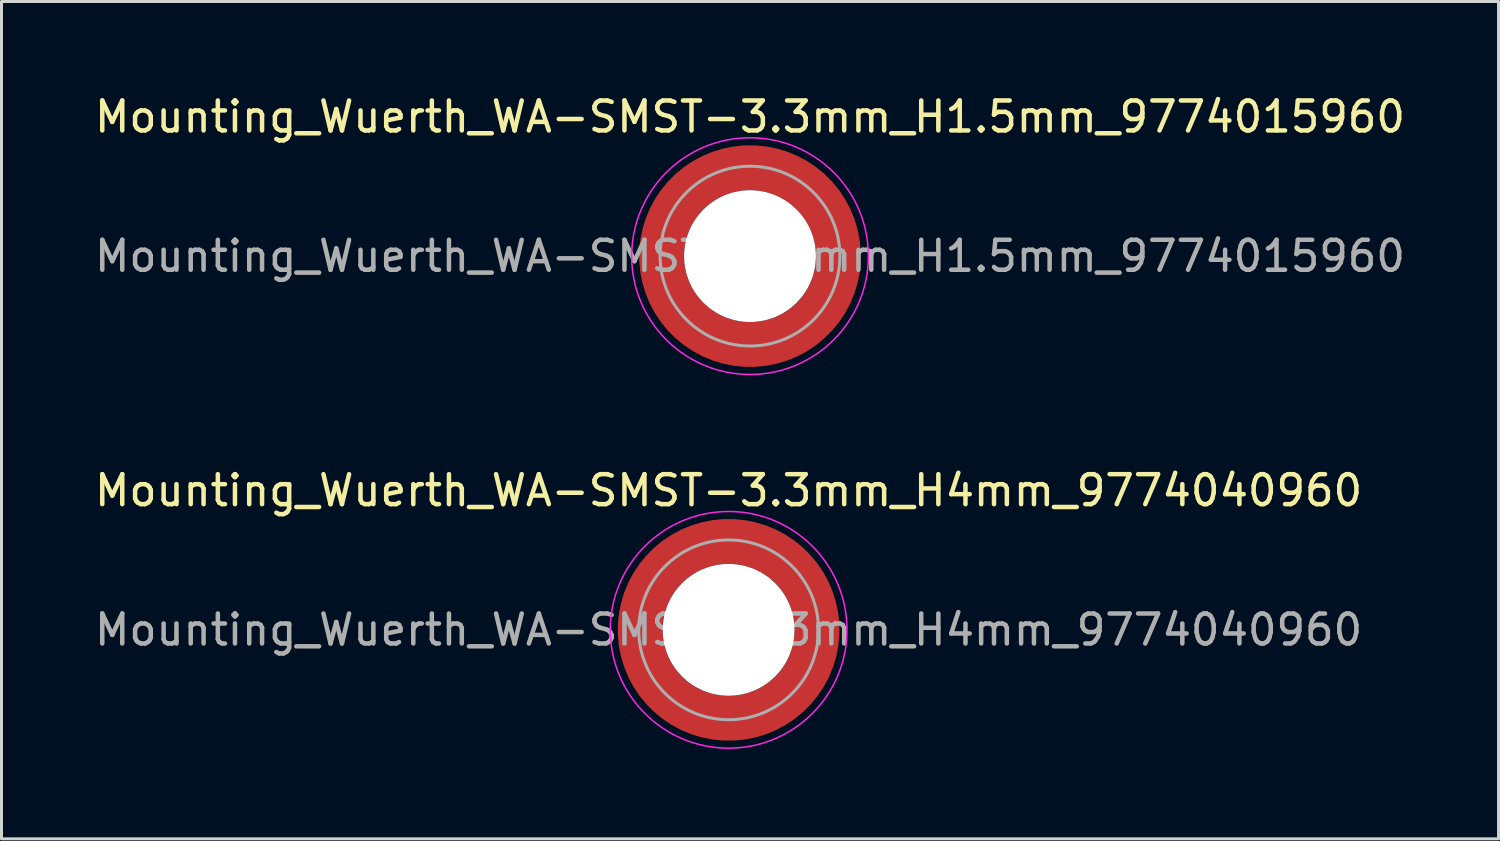
<source format=kicad_pcb>
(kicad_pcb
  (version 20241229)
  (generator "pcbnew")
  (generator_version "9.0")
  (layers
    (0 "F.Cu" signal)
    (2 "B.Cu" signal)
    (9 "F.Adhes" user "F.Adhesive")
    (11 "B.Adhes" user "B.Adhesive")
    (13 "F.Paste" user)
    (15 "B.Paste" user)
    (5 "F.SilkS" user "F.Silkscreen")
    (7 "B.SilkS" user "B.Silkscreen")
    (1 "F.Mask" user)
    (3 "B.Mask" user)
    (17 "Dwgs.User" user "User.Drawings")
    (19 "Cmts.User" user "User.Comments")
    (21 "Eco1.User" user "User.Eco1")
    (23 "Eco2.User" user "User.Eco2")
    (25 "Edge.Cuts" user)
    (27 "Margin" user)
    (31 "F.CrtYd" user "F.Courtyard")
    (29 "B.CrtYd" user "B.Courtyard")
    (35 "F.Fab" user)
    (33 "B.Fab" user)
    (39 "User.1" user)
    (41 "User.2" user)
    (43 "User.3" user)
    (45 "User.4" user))
  (footprint "Mounting_Wuerth_WA-SMST-3.3mm_H4mm_9774040960"
    (layer "F.Cu")
    (at 21.268 17.971)
    (property "Reference" "Mounting_Wuerth_WA-SMST-3.3mm_H4mm_9774040960" (at 0 -4.65 0) (layer "F.SilkS") (effects (font (size 1 1) (thickness 0.15))))
    (property "Mouser Part no." "" (at 0 0 0) (layer "F.Fab") (effects (font (size 1.27 1.27) (thickness 0.15))))
    (property "Mouser link" "" (at 0 0 0) (layer "F.Fab") (effects (font (size 1.27 1.27) (thickness 0.15))))
    (attr smd)
    (fp_circle (center 0 0) (end 3.95 0) (stroke (width 0.05) (type solid)) (fill no) (layer "F.CrtYd"))
    (fp_circle (center 0 0) (end 3 0) (stroke (width 0.1) (type solid)) (fill no) (layer "F.Fab"))
    (fp_text user "${REFERENCE}" (at 0 0 0) (layer "F.Fab") (effects (font (size 1 1) (thickness 0.15))))
    (pad "" smd custom (at -2.058 -2.058) (size 0.7 0.7) (layers "F.Paste") (options (anchor circle)) (primitives (gr_arc (start -0.377294 1.707681) (mid 0.317579 0.318817) (end 1.705947 -0.377044) (width 0.2)) (gr_arc (start -0.478281 1.707681) (mid 0.246161 0.248814) (end 1.703965 -0.477765) (width 0.2)) (gr_arc (start -0.579192 1.707681) (mid 0.175492 0.178063) (end 1.704077 -0.578711) (width 0.2)) (gr_arc (start -0.680037 1.707681) (mid 0.105568 0.106564) (end 1.706284 -0.679858) (width 0.2)) (gr_arc (start -0.780822 1.707681) (mid 0.034627 0.036085) (end 1.705634 -0.780569) (width 0.2)) (gr_arc (start -0.881554 1.707681) (mid -0.035694 -0.035016) (end 1.706729 -0.881441) (width 0.2)) (gr_arc (start -0.982237 1.707681) (mid -0.107281 -0.10485) (end 1.704266 -0.981842) (width 0.2)) (gr_arc (start -1.082877 1.707681) (mid -0.178372 -0.175181) (end 1.703197 -1.082374) (width 0.2)) (gr_arc (start -1.183476 1.707681) (mid -0.248964 -0.246008) (end 1.703525 -1.183025) (width 0.2)) (gr_arc (start -1.28404 1.707681) (mid -0.319062 -0.317333) (end 1.70525 -1.283784) (width 0.2)) (gr_line (start 1.708 -0.377) (end 1.708 -1.284) (width 0.2)) (gr_line (start -0.377 1.708) (end -1.284 1.708) (width 0.2))))
    (pad "" smd custom (at -2.058 2.058) (size 0.7 0.7) (layers "F.Paste") (options (anchor circle)) (primitives (gr_arc (start 1.707681 0.377294) (mid 0.318817 -0.317579) (end -0.377044 -1.705947) (width 0.2)) (gr_arc (start 1.707681 0.478281) (mid 0.248814 -0.246161) (end -0.477765 -1.703965) (width 0.2)) (gr_arc (start 1.707681 0.579192) (mid 0.178063 -0.175492) (end -0.578711 -1.704077) (width 0.2)) (gr_arc (start 1.707681 0.680037) (mid 0.106564 -0.105568) (end -0.679858 -1.706284) (width 0.2)) (gr_arc (start 1.707681 0.780822) (mid 0.036085 -0.034627) (end -0.780569 -1.705634) (width 0.2)) (gr_arc (start 1.707681 0.881554) (mid -0.035016 0.035694) (end -0.881441 -1.706729) (width 0.2)) (gr_arc (start 1.707681 0.982237) (mid -0.10485 0.107281) (end -0.981842 -1.704266) (width 0.2)) (gr_arc (start 1.707681 1.082877) (mid -0.175181 0.178372) (end -1.082374 -1.703197) (width 0.2)) (gr_arc (start 1.707681 1.183476) (mid -0.246008 0.248964) (end -1.183025 -1.703525) (width 0.2)) (gr_arc (start 1.707681 1.28404) (mid -0.317333 0.319062) (end -1.283784 -1.70525) (width 0.2)) (gr_line (start -0.377 -1.708) (end -1.284 -1.708) (width 0.2)) (gr_line (start 1.708 0.377) (end 1.708 1.284) (width 0.2))))
    (pad "" np_thru_hole circle (at 0 0) (size 4.4 4.4) (drill 4.4) (layers "*.Cu" "*.Mask"))
    (pad "" smd custom (at 2.058 -2.058) (size 0.7 0.7) (layers "F.Paste") (options (anchor circle)) (primitives (gr_arc (start -1.707681 -0.377294) (mid -0.318817 0.317579) (end 0.377044 1.705947) (width 0.2)) (gr_arc (start -1.707681 -0.478281) (mid -0.248814 0.246161) (end 0.477765 1.703965) (width 0.2)) (gr_arc (start -1.707681 -0.579192) (mid -0.178063 0.175492) (end 0.578711 1.704077) (width 0.2)) (gr_arc (start -1.707681 -0.680037) (mid -0.106564 0.105568) (end 0.679858 1.706284) (width 0.2)) (gr_arc (start -1.707681 -0.780822) (mid -0.036085 0.034627) (end 0.780569 1.705634) (width 0.2)) (gr_arc (start -1.707681 -0.881554) (mid 0.035016 -0.035694) (end 0.881441 1.706729) (width 0.2)) (gr_arc (start -1.707681 -0.982237) (mid 0.10485 -0.107281) (end 0.981842 1.704266) (width 0.2)) (gr_arc (start -1.707681 -1.082877) (mid 0.175181 -0.178372) (end 1.082374 1.703197) (width 0.2)) (gr_arc (start -1.707681 -1.183476) (mid 0.246008 -0.248964) (end 1.183025 1.703525) (width 0.2)) (gr_arc (start -1.707681 -1.28404) (mid 0.317333 -0.319062) (end 1.283784 1.70525) (width 0.2)) (gr_line (start 0.377 1.708) (end 1.284 1.708) (width 0.2)) (gr_line (start -1.708 -0.377) (end -1.708 -1.284) (width 0.2))))
    (pad "" smd custom (at 2.058 2.058) (size 0.7 0.7) (layers "F.Paste") (options (anchor circle)) (primitives (gr_arc (start 0.377294 -1.707681) (mid -0.317579 -0.318817) (end -1.705947 0.377044) (width 0.2)) (gr_arc (start 0.478281 -1.707681) (mid -0.246161 -0.248814) (end -1.703965 0.477765) (width 0.2)) (gr_arc (start 0.579192 -1.707681) (mid -0.175492 -0.178063) (end -1.704077 0.578711) (width 0.2)) (gr_arc (start 0.680037 -1.707681) (mid -0.105568 -0.106564) (end -1.706284 0.679858) (width 0.2)) (gr_arc (start 0.780822 -1.707681) (mid -0.034627 -0.036085) (end -1.705634 0.780569) (width 0.2)) (gr_arc (start 0.881554 -1.707681) (mid 0.035694 0.035016) (end -1.706729 0.881441) (width 0.2)) (gr_arc (start 0.982237 -1.707681) (mid 0.107281 0.10485) (end -1.704266 0.981842) (width 0.2)) (gr_arc (start 1.082877 -1.707681) (mid 0.178372 0.175181) (end -1.703197 1.082374) (width 0.2)) (gr_arc (start 1.183476 -1.707681) (mid 0.248964 0.246008) (end -1.703525 1.183025) (width 0.2)) (gr_arc (start 1.28404 -1.707681) (mid 0.319062 0.317333) (end -1.70525 1.283784) (width 0.2)) (gr_line (start -1.708 0.377) (end -1.708 1.284) (width 0.2)) (gr_line (start 0.377 -1.708) (end 1.284 -1.708) (width 0.2))))
    (pad "1" smd circle (at -2.95 0) (size 1.1 1.1) (layers "F.Cu"))
    (pad "1" smd circle (at 0 -2.95) (size 1.1 1.1) (layers "F.Cu"))
    (pad "1" smd circle (at 0 2.95) (size 1.1 1.1) (layers "F.Cu"))
    (pad "1" smd custom (at 2.95 0) (size 1.1 1.1) (layers "F.Cu" "F.Mask") (options (anchor circle)) (primitives (gr_circle (center -2.95 0) (end 0 0) (width 1.5) (fill no)))))
  (footprint "Mounting_Wuerth_WA-SMST-3.3mm_H1.5mm_9774015960"
    (layer "F.Cu")
    (at 21.982 5.498)
    (property "Reference" "Mounting_Wuerth_WA-SMST-3.3mm_H1.5mm_9774015960" (at 0 -4.65 0) (layer "F.SilkS") (effects (font (size 1 1) (thickness 0.15))))
    (property "Mouser Part no." "" (at 0 0 0) (layer "F.Fab") (effects (font (size 1.27 1.27) (thickness 0.15))))
    (property "Mouser link" "" (at 0 0 0) (layer "F.Fab") (effects (font (size 1.27 1.27) (thickness 0.15))))
    (attr smd)
    (fp_circle (center 0 0) (end 3.95 0) (stroke (width 0.05) (type solid)) (fill no) (layer "F.CrtYd"))
    (fp_circle (center 0 0) (end 3 0) (stroke (width 0.1) (type solid)) (fill no) (layer "F.Fab"))
    (fp_text user "${REFERENCE}" (at 0 0 0) (layer "F.Fab") (effects (font (size 1 1) (thickness 0.15))))
    (pad "" smd custom (at -2.058 -2.058) (size 0.7 0.7) (layers "F.Paste") (options (anchor circle)) (primitives (gr_arc (start -0.377294 1.707681) (mid 0.317579 0.318817) (end 1.705947 -0.377044) (width 0.2)) (gr_arc (start -0.478281 1.707681) (mid 0.246161 0.248814) (end 1.703965 -0.477765) (width 0.2)) (gr_arc (start -0.579192 1.707681) (mid 0.175492 0.178063) (end 1.704077 -0.578711) (width 0.2)) (gr_arc (start -0.680037 1.707681) (mid 0.105568 0.106564) (end 1.706284 -0.679858) (width 0.2)) (gr_arc (start -0.780822 1.707681) (mid 0.034627 0.036085) (end 1.705634 -0.780569) (width 0.2)) (gr_arc (start -0.881554 1.707681) (mid -0.035694 -0.035016) (end 1.706729 -0.881441) (width 0.2)) (gr_arc (start -0.982237 1.707681) (mid -0.107281 -0.10485) (end 1.704266 -0.981842) (width 0.2)) (gr_arc (start -1.082877 1.707681) (mid -0.178372 -0.175181) (end 1.703197 -1.082374) (width 0.2)) (gr_arc (start -1.183476 1.707681) (mid -0.248964 -0.246008) (end 1.703525 -1.183025) (width 0.2)) (gr_arc (start -1.28404 1.707681) (mid -0.319062 -0.317333) (end 1.70525 -1.283784) (width 0.2)) (gr_line (start 1.708 -0.377) (end 1.708 -1.284) (width 0.2)) (gr_line (start -0.377 1.708) (end -1.284 1.708) (width 0.2))))
    (pad "" smd custom (at -2.058 2.058) (size 0.7 0.7) (layers "F.Paste") (options (anchor circle)) (primitives (gr_arc (start 1.707681 0.377294) (mid 0.318817 -0.317579) (end -0.377044 -1.705947) (width 0.2)) (gr_arc (start 1.707681 0.478281) (mid 0.248814 -0.246161) (end -0.477765 -1.703965) (width 0.2)) (gr_arc (start 1.707681 0.579192) (mid 0.178063 -0.175492) (end -0.578711 -1.704077) (width 0.2)) (gr_arc (start 1.707681 0.680037) (mid 0.106564 -0.105568) (end -0.679858 -1.706284) (width 0.2)) (gr_arc (start 1.707681 0.780822) (mid 0.036085 -0.034627) (end -0.780569 -1.705634) (width 0.2)) (gr_arc (start 1.707681 0.881554) (mid -0.035016 0.035694) (end -0.881441 -1.706729) (width 0.2)) (gr_arc (start 1.707681 0.982237) (mid -0.10485 0.107281) (end -0.981842 -1.704266) (width 0.2)) (gr_arc (start 1.707681 1.082877) (mid -0.175181 0.178372) (end -1.082374 -1.703197) (width 0.2)) (gr_arc (start 1.707681 1.183476) (mid -0.246008 0.248964) (end -1.183025 -1.703525) (width 0.2)) (gr_arc (start 1.707681 1.28404) (mid -0.317333 0.319062) (end -1.283784 -1.70525) (width 0.2)) (gr_line (start -0.377 -1.708) (end -1.284 -1.708) (width 0.2)) (gr_line (start 1.708 0.377) (end 1.708 1.284) (width 0.2))))
    (pad "" np_thru_hole circle (at 0 0) (size 4.4 4.4) (drill 4.4) (layers "*.Cu" "*.Mask"))
    (pad "" smd custom (at 2.058 -2.058) (size 0.7 0.7) (layers "F.Paste") (options (anchor circle)) (primitives (gr_arc (start -1.707681 -0.377294) (mid -0.318817 0.317579) (end 0.377044 1.705947) (width 0.2)) (gr_arc (start -1.707681 -0.478281) (mid -0.248814 0.246161) (end 0.477765 1.703965) (width 0.2)) (gr_arc (start -1.707681 -0.579192) (mid -0.178063 0.175492) (end 0.578711 1.704077) (width 0.2)) (gr_arc (start -1.707681 -0.680037) (mid -0.106564 0.105568) (end 0.679858 1.706284) (width 0.2)) (gr_arc (start -1.707681 -0.780822) (mid -0.036085 0.034627) (end 0.780569 1.705634) (width 0.2)) (gr_arc (start -1.707681 -0.881554) (mid 0.035016 -0.035694) (end 0.881441 1.706729) (width 0.2)) (gr_arc (start -1.707681 -0.982237) (mid 0.10485 -0.107281) (end 0.981842 1.704266) (width 0.2)) (gr_arc (start -1.707681 -1.082877) (mid 0.175181 -0.178372) (end 1.082374 1.703197) (width 0.2)) (gr_arc (start -1.707681 -1.183476) (mid 0.246008 -0.248964) (end 1.183025 1.703525) (width 0.2)) (gr_arc (start -1.707681 -1.28404) (mid 0.317333 -0.319062) (end 1.283784 1.70525) (width 0.2)) (gr_line (start 0.377 1.708) (end 1.284 1.708) (width 0.2)) (gr_line (start -1.708 -0.377) (end -1.708 -1.284) (width 0.2))))
    (pad "" smd custom (at 2.058 2.058) (size 0.7 0.7) (layers "F.Paste") (options (anchor circle)) (primitives (gr_arc (start 0.377294 -1.707681) (mid -0.317579 -0.318817) (end -1.705947 0.377044) (width 0.2)) (gr_arc (start 0.478281 -1.707681) (mid -0.246161 -0.248814) (end -1.703965 0.477765) (width 0.2)) (gr_arc (start 0.579192 -1.707681) (mid -0.175492 -0.178063) (end -1.704077 0.578711) (width 0.2)) (gr_arc (start 0.680037 -1.707681) (mid -0.105568 -0.106564) (end -1.706284 0.679858) (width 0.2)) (gr_arc (start 0.780822 -1.707681) (mid -0.034627 -0.036085) (end -1.705634 0.780569) (width 0.2)) (gr_arc (start 0.881554 -1.707681) (mid 0.035694 0.035016) (end -1.706729 0.881441) (width 0.2)) (gr_arc (start 0.982237 -1.707681) (mid 0.107281 0.10485) (end -1.704266 0.981842) (width 0.2)) (gr_arc (start 1.082877 -1.707681) (mid 0.178372 0.175181) (end -1.703197 1.082374) (width 0.2)) (gr_arc (start 1.183476 -1.707681) (mid 0.248964 0.246008) (end -1.703525 1.183025) (width 0.2)) (gr_arc (start 1.28404 -1.707681) (mid 0.319062 0.317333) (end -1.70525 1.283784) (width 0.2)) (gr_line (start -1.708 0.377) (end -1.708 1.284) (width 0.2)) (gr_line (start 0.377 -1.708) (end 1.284 -1.708) (width 0.2))))
    (pad "1" smd circle (at -2.95 0) (size 1.1 1.1) (layers "F.Cu"))
    (pad "1" smd circle (at 0 -2.95) (size 1.1 1.1) (layers "F.Cu"))
    (pad "1" smd circle (at 0 2.95) (size 1.1 1.1) (layers "F.Cu"))
    (pad "1" smd custom (at 2.95 0) (size 1.1 1.1) (layers "F.Cu" "F.Mask") (options (anchor circle)) (primitives (gr_circle (center -2.95 0) (end 0 0) (width 1.5) (fill no)))))
  (gr_rect
    (start -3 -3)
    (end 46.964 24.947)
    (stroke (width 0.1) (type default))
    (fill no)
    (layer "Edge.Cuts")))
</source>
